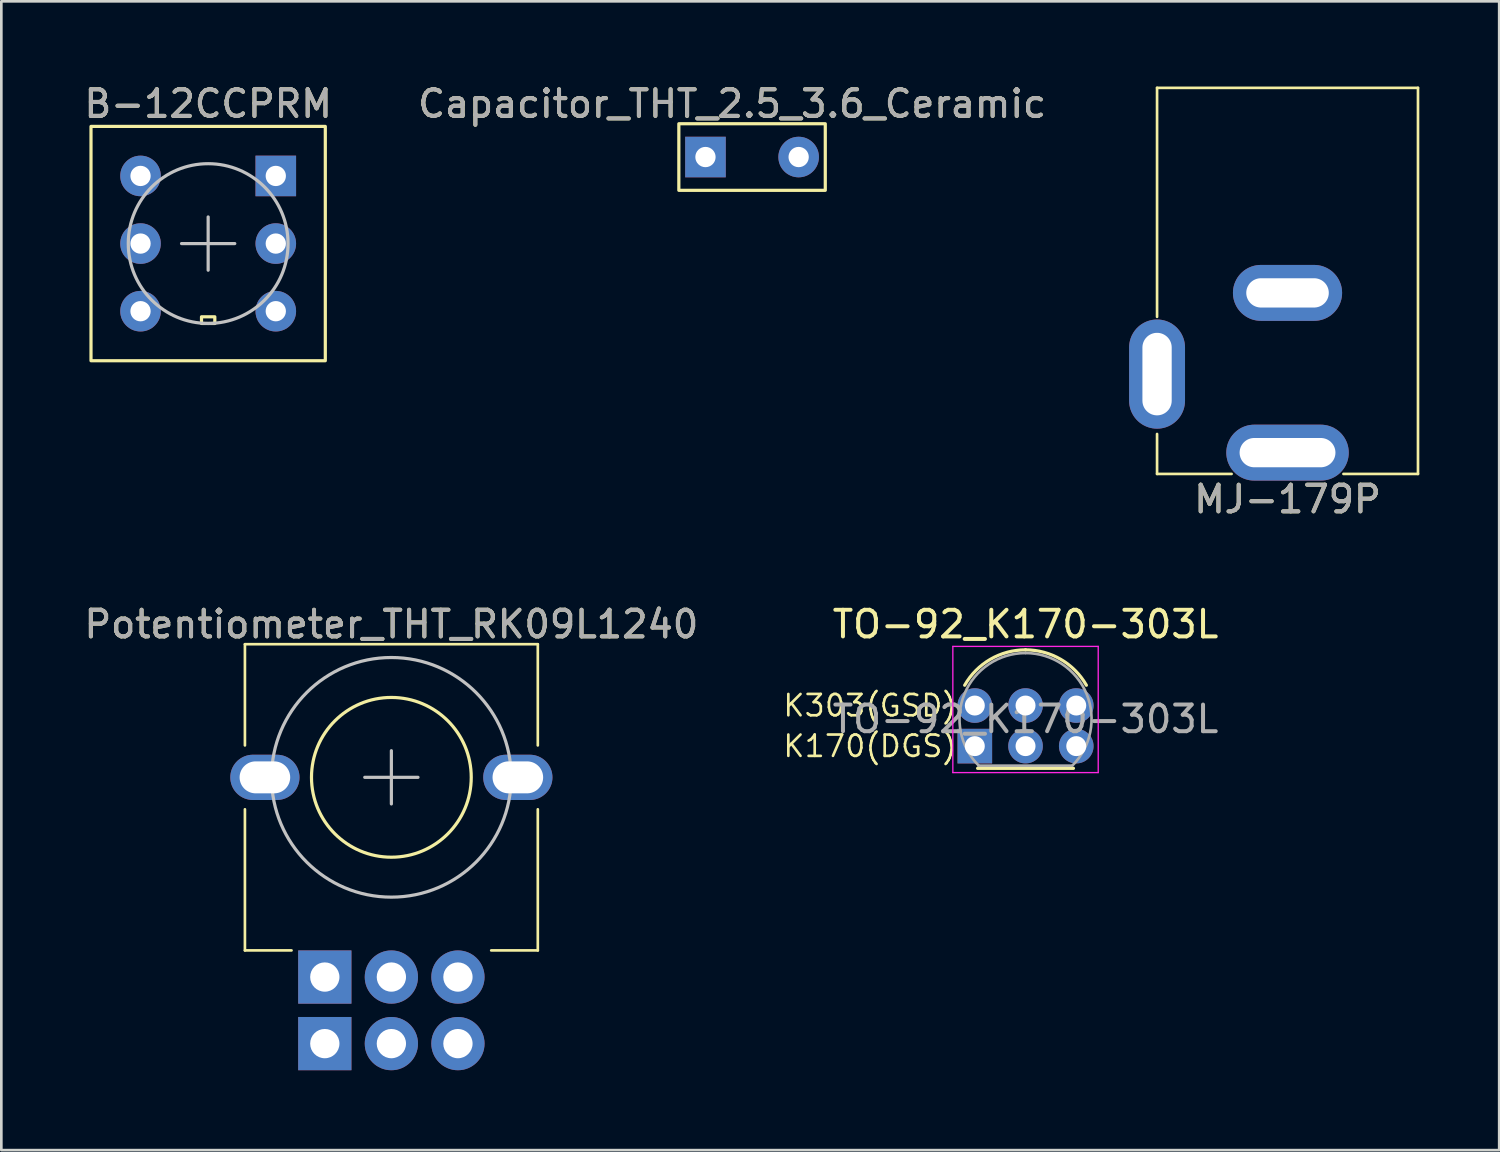
<source format=kicad_pcb>
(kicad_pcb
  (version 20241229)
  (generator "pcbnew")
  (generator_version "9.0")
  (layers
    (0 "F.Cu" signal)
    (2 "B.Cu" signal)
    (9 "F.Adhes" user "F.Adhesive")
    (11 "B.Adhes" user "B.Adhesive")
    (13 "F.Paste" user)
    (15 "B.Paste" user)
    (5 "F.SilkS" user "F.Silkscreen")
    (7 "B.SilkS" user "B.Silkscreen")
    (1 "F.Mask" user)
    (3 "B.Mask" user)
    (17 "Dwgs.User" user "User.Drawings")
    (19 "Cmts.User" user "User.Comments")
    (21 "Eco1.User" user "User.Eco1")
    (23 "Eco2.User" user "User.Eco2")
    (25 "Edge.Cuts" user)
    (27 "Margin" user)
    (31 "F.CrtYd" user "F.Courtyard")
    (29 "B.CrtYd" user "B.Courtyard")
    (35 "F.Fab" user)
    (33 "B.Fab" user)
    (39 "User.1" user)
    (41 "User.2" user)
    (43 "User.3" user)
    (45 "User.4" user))
  (footprint "Capacitor_THT_2.5_3.6_Ceramic"
    (layer "F.Cu")
    (at 23.446 2.848)
    (property "Reference" "Capacitor_THT_2.5_3.6_Ceramic" (at 1 -2 0) (layer "F.SilkS") (effects (font (size 1 1) (thickness 0.15))))
    (attr through_hole)
    (fp_rect (start -1 -1.25) (end 4.5 1.25) (stroke (width 0.12) (type solid)) (fill no) (layer "F.SilkS"))
    (fp_text user "${REFERENCE}" (at 1 -2 0) (layer "F.Fab") (effects (font (size 1 1) (thickness 0.15))))
    (pad "1" thru_hole rect (at 0 0) (size 1.524 1.524) (drill 0.762) (layers "*.Cu" "*.Mask"))
    (pad "2" thru_hole circle (at 3.5 0) (size 1.524 1.524) (drill 0.762) (layers "*.Cu" "*.Mask")))
  (footprint "MJ-179P"
    (layer "F.Cu")
    (at 45.307 0.25)
    (property "Reference" "MJ-179P" (at 0 15.45 0) (unlocked yes) (layer "F.SilkS") (effects (font (size 1 1) (thickness 0.15))))
    (attr through_hole)
    (fp_line (start -4.9 0) (end -4.9 8.6) (stroke (width 0.1) (type solid)) (layer "F.SilkS"))
    (fp_line (start -4.9 0) (end 4.9 0) (stroke (width 0.1) (type solid)) (layer "F.SilkS"))
    (fp_line (start -4.9 13) (end -4.9 14.5) (stroke (width 0.1) (type solid)) (layer "F.SilkS"))
    (fp_line (start -2.1 14.5) (end -4.9 14.5) (stroke (width 0.1) (type solid)) (layer "F.SilkS"))
    (fp_line (start 4.9 0) (end 4.9 14.5) (stroke (width 0.1) (type solid)) (layer "F.SilkS"))
    (fp_line (start 4.9 14.5) (end 2.1 14.5) (stroke (width 0.1) (type solid)) (layer "F.SilkS"))
    (fp_text user "${REFERENCE}" (at 0 15.45 0) (unlocked yes) (layer "F.Fab") (effects (font (size 1 1) (thickness 0.15))))
    (pad "1" thru_hole oval (at 0 13.7) (size 4.6 2.1) (drill oval 3.6 1.1) (layers "*.Cu" "*.Mask"))
    (pad "2" thru_hole oval (at 0 7.7) (size 4.1 2.1) (drill oval 3.1 1.1) (layers "*.Cu" "*.Mask"))
    (pad "3" thru_hole oval (at -4.9 10.75 90) (size 4.1 2.1) (drill oval 3.1 1.1) (layers "*.Cu" "*.Mask")))
  (footprint "Potentiometer_THT_RK09L1240"
    (layer "F.Cu")
    (at 11.649 26.146)
    (property "Reference" "Potentiometer_THT_RK09L1240" (at 0 -5.75 0) (layer "F.SilkS") (effects (font (size 1 1) (thickness 0.15))))
    (attr through_hole)
    (fp_line (start -5.5 -5) (end 5.5 -5) (stroke (width 0.1) (type solid)) (layer "F.SilkS"))
    (fp_line (start -5.5 -1.2) (end -5.5 -5) (stroke (width 0.1) (type solid)) (layer "F.SilkS"))
    (fp_line (start -5.5 6.5) (end -5.5 1.2) (stroke (width 0.1) (type solid)) (layer "F.SilkS"))
    (fp_line (start -3.75 6.5) (end -5.5 6.5) (stroke (width 0.1) (type solid)) (layer "F.SilkS"))
    (fp_line (start 5.5 -5) (end 5.5 -1.2) (stroke (width 0.1) (type solid)) (layer "F.SilkS"))
    (fp_line (start 5.5 1.2) (end 5.5 6.5) (stroke (width 0.1) (type solid)) (layer "F.SilkS"))
    (fp_line (start 5.5 6.5) (end 3.75 6.5) (stroke (width 0.1) (type solid)) (layer "F.SilkS"))
    (fp_circle (center 0 -0.001) (end 3 -0.001) (stroke (width 0.12) (type solid)) (fill no) (layer "F.SilkS"))
    (fp_line (start -1 -0.001) (end 1 -0.001) (stroke (width 0.12) (type solid)) (layer "Dwgs.User"))
    (fp_line (start 0 -1.001) (end 0 0.999) (stroke (width 0.12) (type solid)) (layer "Dwgs.User"))
    (fp_circle (center 0 -0.001) (end 4.5 -0.001) (stroke (width 0.12) (type solid)) (fill no) (layer "Dwgs.User"))
    (fp_text user "${REFERENCE}" (at 0 -5.75 0) (layer "F.Fab") (effects (font (size 1 1) (thickness 0.15))))
    (pad "1" thru_hole rect (at -2.5 10) (size 2 2) (drill 1.1) (layers "*.Cu" "*.Mask"))
    (pad "2" thru_hole circle (at 0 10) (size 2 2) (drill 1.1) (layers "*.Cu" "*.Mask"))
    (pad "3" thru_hole circle (at 2.5 10) (size 2 2) (drill 1.1) (layers "*.Cu" "*.Mask"))
    (pad "4" thru_hole rect (at -2.5 7.5) (size 2 2) (drill 1.1) (layers "*.Cu" "*.Mask"))
    (pad "5" thru_hole circle (at 0 7.5) (size 2 2) (drill 1.1) (layers "*.Cu" "*.Mask"))
    (pad "6" thru_hole circle (at 2.5 7.5) (size 2 2) (drill 1.1) (layers "*.Cu" "*.Mask"))
    (pad "MP" thru_hole oval (at -4.75 0) (size 2.6 1.7) (drill oval 1.9 1.2) (layers "*.Cu" "*.Mask"))
    (pad "MP" thru_hole oval (at 4.75 0) (size 2.6 1.7) (drill oval 1.9 1.2) (layers "*.Cu" "*.Mask")))
  (footprint "TO-92_K170-303L"
    (layer "F.Cu")
    (at 33.562 24.973)
    (property "Reference" "TO-92_K170-303L" (at 1.905 -4.576 0) (layer "F.SilkS") (effects (font (size 1 1) (thickness 0.15))))
    (attr through_hole)
    (fp_line (start 0.105 0.834) (end 3.705 0.834) (stroke (width 0.12) (type solid)) (layer "F.SilkS"))
    (fp_arc (start -0.381 -2.286) (mid 0.582626 -3.259308) (end 1.905 -3.616) (stroke (width 0.12) (type solid)) (layer "F.SilkS"))
    (fp_arc (start 1.905 -3.616) (mid 3.227375 -3.259309) (end 4.191 -2.286) (stroke (width 0.12) (type solid)) (layer "F.SilkS"))
    (fp_line (start -0.825 -3.746) (end -0.825 0.994) (stroke (width 0.05) (type solid)) (layer "F.CrtYd"))
    (fp_line (start -0.825 -3.746) (end 4.635 -3.746) (stroke (width 0.05) (type solid)) (layer "F.CrtYd"))
    (fp_line (start 4.635 0.994) (end -0.825 0.994) (stroke (width 0.05) (type solid)) (layer "F.CrtYd"))
    (fp_line (start 4.635 0.994) (end 4.635 -3.746) (stroke (width 0.05) (type solid)) (layer "F.CrtYd"))
    (fp_line (start 0.135 0.734) (end 3.635 0.734) (stroke (width 0.1) (type solid)) (layer "F.Fab"))
    (fp_arc (start 0.151375 0.737625) (mid -0.386221 -1.965055) (end 1.905 -3.496) (stroke (width 0.1) (type solid)) (layer "F.Fab"))
    (fp_arc (start 1.905 -3.496) (mid 4.196221 -1.965055) (end 3.658625 0.737625) (stroke (width 0.1) (type solid)) (layer "F.Fab"))
    (fp_text user "K303(GSD)" (at -3.937 -1.524 0) (unlocked yes) (layer "F.SilkS") (effects (font (size 0.8 0.8) (thickness 0.1))))
    (fp_text user "K170(DGS)" (at -3.937 0 0) (unlocked yes) (layer "F.SilkS") (effects (font (size 0.8 0.8) (thickness 0.1))))
    (fp_text user "${REFERENCE}" (at 1.905 -1.016 0) (layer "F.Fab") (effects (font (size 1 1) (thickness 0.15))))
    (pad "1" thru_hole rect (at 0 0) (size 1.3 1.3) (drill 0.75) (layers "*.Cu" "*.Mask"))
    (pad "1" thru_hole circle (at 3.81 -1.524) (size 1.3 1.3) (drill 0.75) (layers "*.Cu" "*.Mask"))
    (pad "2" thru_hole circle (at 0 -1.524) (size 1.3 1.3) (drill 0.75) (layers "*.Cu" "*.Mask"))
    (pad "2" thru_hole circle (at 1.905 0) (size 1.3 1.3) (drill 0.75) (layers "*.Cu" "*.Mask"))
    (pad "3" thru_hole circle (at 1.905 -1.524) (size 1.3 1.3) (drill 0.75) (layers "*.Cu" "*.Mask"))
    (pad "3" thru_hole circle (at 3.81 0) (size 1.3 1.3) (drill 0.75) (layers "*.Cu" "*.Mask")))
  (footprint "B-12CCPRM"
    (layer "F.Cu")
    (at 4.768 6.098)
    (property "Reference" "B-12CCPRM" (at 0 -5.25 0) (layer "F.SilkS") (effects (font (size 1 1) (thickness 0.15))))
    (attr through_hole)
    (fp_rect (start -4.4 -4.4) (end 4.4 4.4) (stroke (width 0.12) (type solid)) (fill no) (layer "F.SilkS"))
    (fp_rect (start -0.25 2.75) (end 0.25 3) (stroke (width 0.12) (type solid)) (fill no) (layer "F.SilkS"))
    (fp_line (start -1 0) (end 1 0) (stroke (width 0.12) (type solid)) (layer "Dwgs.User"))
    (fp_line (start 0 -1) (end 0 1) (stroke (width 0.12) (type solid)) (layer "Dwgs.User"))
    (fp_circle (center 0 0) (end 3 0) (stroke (width 0.12) (type solid)) (fill no) (layer "Dwgs.User"))
    (fp_text user "${REFERENCE}" (at 0 -5.25 0) (layer "F.Fab") (effects (font (size 1 1) (thickness 0.15))))
    (pad "1" thru_hole rect (at 2.54 -2.54) (size 1.524 1.524) (drill 0.762) (layers "*.Cu" "*.Mask"))
    (pad "2" thru_hole circle (at 2.54 0) (size 1.524 1.524) (drill 0.762) (layers "*.Cu" "*.Mask"))
    (pad "3" thru_hole circle (at 2.54 2.54) (size 1.524 1.524) (drill 0.762) (layers "*.Cu" "*.Mask"))
    (pad "4" thru_hole circle (at -2.54 -2.54) (size 1.524 1.524) (drill 0.762) (layers "*.Cu" "*.Mask"))
    (pad "5" thru_hole circle (at -2.54 0) (size 1.524 1.524) (drill 0.762) (layers "*.Cu" "*.Mask"))
    (pad "6" thru_hole circle (at -2.54 2.54) (size 1.524 1.524) (drill 0.762) (layers "*.Cu" "*.Mask")))
  (gr_rect
    (start -3 -3)
    (end 53.257 40.147)
    (stroke (width 0.1) (type default))
    (fill no)
    (layer "Edge.Cuts")))
</source>
